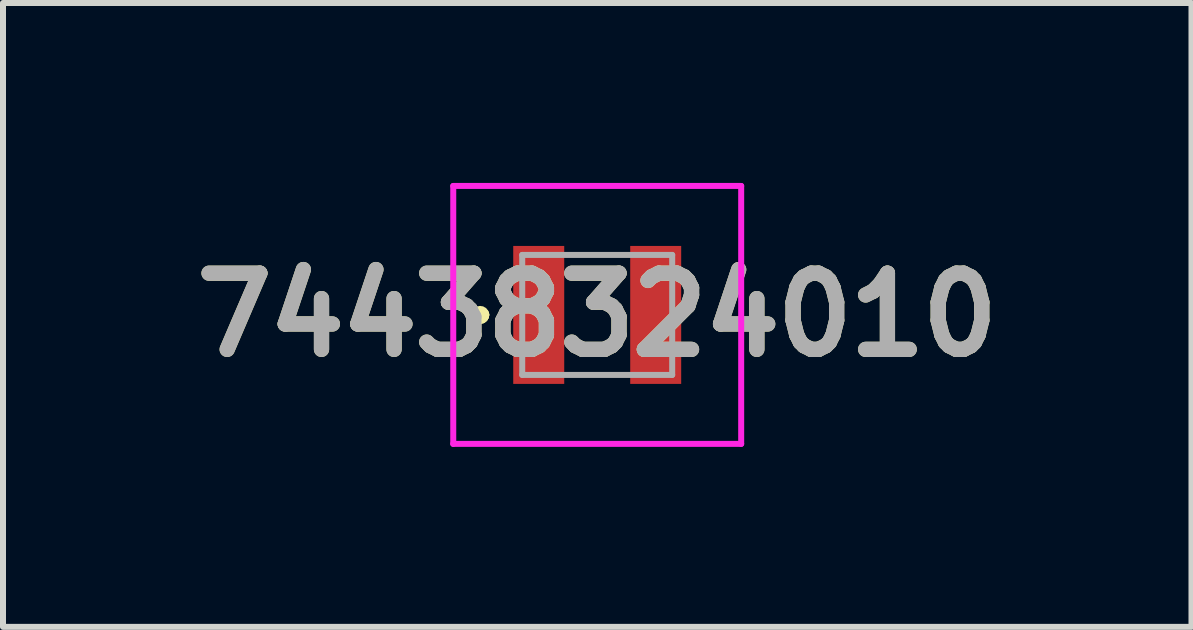
<source format=kicad_pcb>
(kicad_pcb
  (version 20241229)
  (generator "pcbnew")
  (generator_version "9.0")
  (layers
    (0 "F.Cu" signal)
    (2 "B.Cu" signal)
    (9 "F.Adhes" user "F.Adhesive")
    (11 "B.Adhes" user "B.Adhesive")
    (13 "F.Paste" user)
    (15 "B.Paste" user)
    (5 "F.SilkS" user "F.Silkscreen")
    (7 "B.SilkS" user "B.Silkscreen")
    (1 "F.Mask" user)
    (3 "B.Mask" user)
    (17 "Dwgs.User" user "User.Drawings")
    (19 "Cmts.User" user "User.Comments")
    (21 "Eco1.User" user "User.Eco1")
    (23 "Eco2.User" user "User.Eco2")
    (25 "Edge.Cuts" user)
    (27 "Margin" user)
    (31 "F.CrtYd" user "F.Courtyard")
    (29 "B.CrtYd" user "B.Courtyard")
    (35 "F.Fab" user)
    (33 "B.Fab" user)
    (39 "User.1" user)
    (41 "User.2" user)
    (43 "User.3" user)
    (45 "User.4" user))
  (footprint "74438324010"
    (layer "F.Cu")
    (at 6.906 2.2)
    (property "Reference" "74438324010" (at 0 0 0) (layer "F.SilkS") (effects (font (size 1.27 1.27) (thickness 0.254))))
    (attr smd)
    (fp_line (start -2 0) (end -2 0) (stroke (width 0.2) (type solid)) (layer "F.SilkS"))
    (fp_line (start -2 0) (end -2 0) (stroke (width 0.2) (type solid)) (layer "F.SilkS"))
    (fp_line (start -1.9 0) (end -1.9 0) (stroke (width 0.2) (type solid)) (layer "F.SilkS"))
    (fp_arc (start -2 0) (mid -1.95 -0.05) (end -1.9 0) (stroke (width 0.2) (type solid)) (layer "F.SilkS"))
    (fp_arc (start -1.9 0) (mid -1.95 0.05) (end -2 0) (stroke (width 0.2) (type solid)) (layer "F.SilkS"))
    (fp_arc (start -1.9 0) (mid -1.95 0.05) (end -2 0) (stroke (width 0.2) (type solid)) (layer "F.SilkS"))
    (fp_line (start -2.4 -2.15) (end 2.4 -2.15) (stroke (width 0.1) (type solid)) (layer "F.CrtYd"))
    (fp_line (start -2.4 2.15) (end -2.4 -2.15) (stroke (width 0.1) (type solid)) (layer "F.CrtYd"))
    (fp_line (start 2.4 -2.15) (end 2.4 2.15) (stroke (width 0.1) (type solid)) (layer "F.CrtYd"))
    (fp_line (start 2.4 2.15) (end -2.4 2.15) (stroke (width 0.1) (type solid)) (layer "F.CrtYd"))
    (fp_line (start -1.25 -1) (end -1.25 1) (stroke (width 0.1) (type solid)) (layer "F.Fab"))
    (fp_line (start -1.25 1) (end 1.25 1) (stroke (width 0.1) (type solid)) (layer "F.Fab"))
    (fp_line (start 1.25 -1) (end -1.25 -1) (stroke (width 0.1) (type solid)) (layer "F.Fab"))
    (fp_line (start 1.25 1) (end 1.25 -1) (stroke (width 0.1) (type solid)) (layer "F.Fab"))
    (fp_text user "${REFERENCE}" (at 0 0 0) (layer "F.Fab") (effects (font (size 1.27 1.27) (thickness 0.254))))
    (pad "1" smd rect (at -0.975 0) (size 0.85 2.3) (layers "F.Cu" "F.Mask" "F.Paste"))
    (pad "2" smd rect (at 0.975 0) (size 0.85 2.3) (layers "F.Cu" "F.Mask" "F.Paste")))
  (gr_rect
    (start -3 -3)
    (end 16.813 7.4)
    (stroke (width 0.1) (type default))
    (fill no)
    (layer "Edge.Cuts")))
</source>
